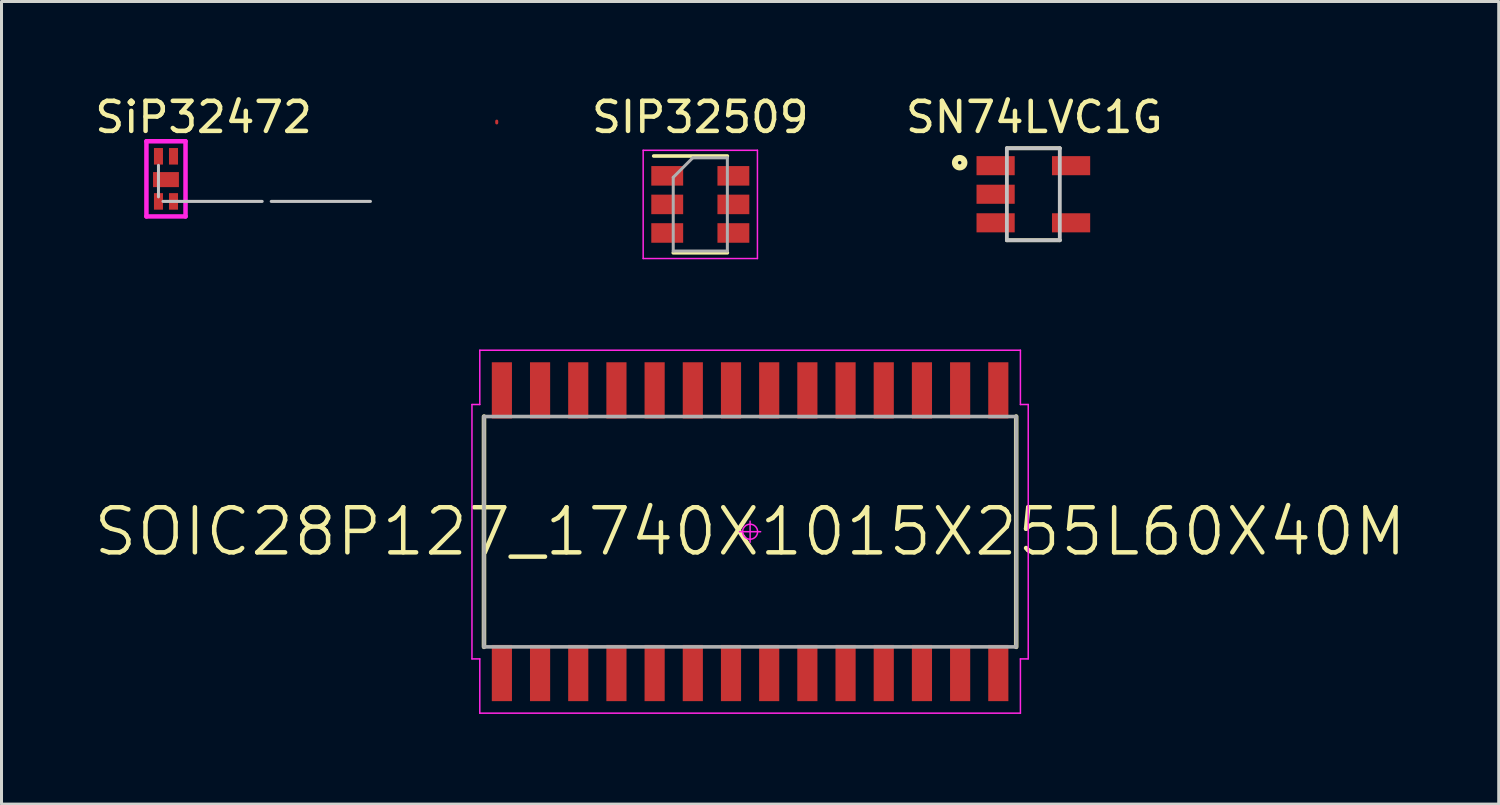
<source format=kicad_pcb>
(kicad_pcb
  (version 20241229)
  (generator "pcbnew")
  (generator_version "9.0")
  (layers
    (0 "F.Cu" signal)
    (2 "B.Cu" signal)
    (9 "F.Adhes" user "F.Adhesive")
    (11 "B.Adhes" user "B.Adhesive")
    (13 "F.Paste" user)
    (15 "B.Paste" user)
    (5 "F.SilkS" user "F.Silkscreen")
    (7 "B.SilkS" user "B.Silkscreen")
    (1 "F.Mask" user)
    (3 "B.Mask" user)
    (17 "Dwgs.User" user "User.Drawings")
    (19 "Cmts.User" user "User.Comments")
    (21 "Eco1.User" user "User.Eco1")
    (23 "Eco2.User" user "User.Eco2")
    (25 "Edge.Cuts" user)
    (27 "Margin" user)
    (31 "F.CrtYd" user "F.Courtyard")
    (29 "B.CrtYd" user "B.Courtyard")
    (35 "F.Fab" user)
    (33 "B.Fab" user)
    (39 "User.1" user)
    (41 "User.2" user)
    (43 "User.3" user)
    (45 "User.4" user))
  (footprint "SIP32509"
    (layer "F.Cu")
    (at 20.24 3.748)
    (property "Reference" "SIP32509" (at 0 -2.9 0) (layer "F.SilkS") (effects (font (size 1 1) (thickness 0.15))))
    (attr smd)
    (fp_line (start -0.9 1.61) (end 0.9 1.61) (stroke (width 0.12) (type solid)) (layer "F.SilkS"))
    (fp_line (start 0.9 -1.61) (end -1.55 -1.61) (stroke (width 0.12) (type solid)) (layer "F.SilkS"))
    (fp_line (start -1.9 -1.8) (end -1.9 1.8) (stroke (width 0.05) (type solid)) (layer "F.CrtYd"))
    (fp_line (start -1.9 1.8) (end 1.9 1.8) (stroke (width 0.05) (type solid)) (layer "F.CrtYd"))
    (fp_line (start 1.9 -1.8) (end -1.9 -1.8) (stroke (width 0.05) (type solid)) (layer "F.CrtYd"))
    (fp_line (start 1.9 1.8) (end 1.9 -1.8) (stroke (width 0.05) (type solid)) (layer "F.CrtYd"))
    (fp_line (start -0.9 -0.9) (end -0.9 1.55) (stroke (width 0.1) (type solid)) (layer "F.Fab"))
    (fp_line (start -0.9 -0.9) (end -0.25 -1.55) (stroke (width 0.1) (type solid)) (layer "F.Fab"))
    (fp_line (start 0.9 -1.55) (end -0.25 -1.55) (stroke (width 0.1) (type solid)) (layer "F.Fab"))
    (fp_line (start 0.9 -1.55) (end 0.9 1.55) (stroke (width 0.1) (type solid)) (layer "F.Fab"))
    (fp_line (start 0.9 1.55) (end -0.9 1.55) (stroke (width 0.1) (type solid)) (layer "F.Fab"))
    (pad "1" smd rect (at -1.1 -0.95) (size 1.06 0.65) (layers "F.Cu" "F.Mask" "F.Paste"))
    (pad "2" smd rect (at -1.1 0) (size 1.06 0.65) (layers "F.Cu" "F.Mask" "F.Paste"))
    (pad "3" smd rect (at -1.1 0.95) (size 1.06 0.65) (layers "F.Cu" "F.Mask" "F.Paste"))
    (pad "4" smd rect (at 1.1 0.95) (size 1.06 0.65) (layers "F.Cu" "F.Mask" "F.Paste"))
    (pad "5" smd rect (at 1.1 0) (size 1.06 0.65) (layers "F.Cu" "F.Mask" "F.Paste"))
    (pad "6" smd rect (at 1.1 -0.95) (size 1.06 0.65) (layers "F.Cu" "F.Mask" "F.Paste")))
  (footprint "SiP32472"
    (layer "F.Cu")
    (at 2.22 3.648)
    (property "Reference" "SiP32472" (at 1.5 -2.8 0) (layer "F.SilkS") (effects (font (size 1 1) (thickness 0.15))))
    (attr smd)
    (fp_line (start 11.25 -2.61) (end 11.25 -2.67) (stroke (width 0.1) (type solid)) (layer "F.Cu"))
    (fp_line (start 0 -1.2) (end 0 -0.15) (stroke (width 0.1) (type solid)) (layer "Dwgs.User"))
    (fp_line (start 0.15 0) (end 3.45 0) (stroke (width 0.1) (type solid)) (layer "Dwgs.User"))
    (fp_line (start 3.75 0) (end 7.05 0) (stroke (width 0.1) (type solid)) (layer "Dwgs.User"))
    (fp_line (start -0.4 -2) (end -0.4 0.5) (stroke (width 0.15) (type solid)) (layer "F.CrtYd"))
    (fp_line (start -0.4 0.5) (end 0.9 0.5) (stroke (width 0.15) (type solid)) (layer "F.CrtYd"))
    (fp_line (start 0.9 -2) (end -0.4 -2) (stroke (width 0.15) (type solid)) (layer "F.CrtYd"))
    (fp_line (start 0.9 0.5) (end 0.9 -2) (stroke (width 0.15) (type solid)) (layer "F.CrtYd"))
    (pad "" smd rect (at 0.25 -0.725) (size 0.86 0.5) (layers "F.Cu" "F.Mask" "F.Paste"))
    (pad "1" smd rect (at 0 0) (size 0.3 0.55) (layers "F.Cu" "F.Mask" "F.Paste"))
    (pad "2" smd rect (at 0.5 0) (size 0.3 0.55) (layers "F.Cu" "F.Mask" "F.Paste"))
    (pad "3" smd rect (at 0 -1.5) (size 0.3 0.55) (layers "F.Cu" "F.Mask" "F.Paste"))
    (pad "4" smd rect (at 0.5 -1.5) (size 0.3 0.55) (layers "F.Cu" "F.Mask" "F.Paste")))
  (footprint "SN74LVC1G"
    (layer "F.Cu")
    (at 31.316 3.41)
    (property "Reference" "SN74LVC1G" (at 0.032 -2.562 0) (layer "F.SilkS") (effects (font (size 1 1) (thickness 0.15))))
    (attr smd)
    (fp_line (start -0.88 -1.53) (end 0.88 -1.53) (stroke (width 0.127) (type solid)) (layer "F.SilkS"))
    (fp_line (start -0.88 1.53) (end 0.88 1.53) (stroke (width 0.127) (type solid)) (layer "F.SilkS"))
    (fp_circle (center -2.45 -1.05) (end -2.292 -1.05) (stroke (width 0.2) (type solid)) (fill no) (layer "F.SilkS"))
    (fp_line (start -0.88 -1.53) (end -0.88 1.53) (stroke (width 0.127) (type solid)) (layer "Dwgs.User"))
    (fp_line (start -0.88 1.53) (end 0.88 1.53) (stroke (width 0.127) (type solid)) (layer "Dwgs.User"))
    (fp_line (start 0.88 -1.53) (end -0.88 -1.53) (stroke (width 0.127) (type solid)) (layer "Dwgs.User"))
    (fp_line (start 0.88 1.53) (end 0.88 -1.53) (stroke (width 0.127) (type solid)) (layer "Dwgs.User"))
    (fp_line (start -2.11 -1.5) (end -1.13 -1.5) (stroke (width 0.05) (type solid)) (layer "Eco1.User"))
    (fp_line (start -2.11 1.5) (end -2.11 -1.5) (stroke (width 0.05) (type solid)) (layer "Eco1.User"))
    (fp_line (start -1.13 -1.78) (end 1.13 -1.78) (stroke (width 0.05) (type solid)) (layer "Eco1.User"))
    (fp_line (start -1.13 -1.5) (end -1.13 -1.78) (stroke (width 0.05) (type solid)) (layer "Eco1.User"))
    (fp_line (start -1.13 1.5) (end -2.11 1.5) (stroke (width 0.05) (type solid)) (layer "Eco1.User"))
    (fp_line (start -1.13 1.78) (end -1.13 1.5) (stroke (width 0.05) (type solid)) (layer "Eco1.User"))
    (fp_line (start 1.13 -1.78) (end 1.13 -1.5) (stroke (width 0.05) (type solid)) (layer "Eco1.User"))
    (fp_line (start 1.13 -1.5) (end 2.11 -1.5) (stroke (width 0.05) (type solid)) (layer "Eco1.User"))
    (fp_line (start 1.13 1.5) (end 1.13 1.78) (stroke (width 0.05) (type solid)) (layer "Eco1.User"))
    (fp_line (start 1.13 1.78) (end -1.13 1.78) (stroke (width 0.05) (type solid)) (layer "Eco1.User"))
    (fp_line (start 2.11 -1.5) (end 2.11 1.5) (stroke (width 0.05) (type solid)) (layer "Eco1.User"))
    (fp_line (start 2.11 1.5) (end 1.13 1.5) (stroke (width 0.05) (type solid)) (layer "Eco1.User"))
    (pad "1" smd rect (at -1.255 -0.95) (size 1.27 0.635) (layers "F.Cu" "F.Mask" "F.Paste"))
    (pad "2" smd rect (at -1.255 0) (size 1.27 0.635) (layers "F.Cu" "F.Mask" "F.Paste"))
    (pad "3" smd rect (at -1.255 0.95) (size 1.27 0.635) (layers "F.Cu" "F.Mask" "F.Paste"))
    (pad "4" smd rect (at 1.255 0.95 180) (size 1.27 0.635) (layers "F.Cu" "F.Mask" "F.Paste"))
    (pad "5" smd rect (at 1.255 -0.95 180) (size 1.27 0.635) (layers "F.Cu" "F.Mask" "F.Paste")))
  (footprint "SOIC28P127_1740X1015X255L60X40M"
    (layer "F.Cu")
    (at 21.896 14.633)
    (property "Reference" "SOIC28P127_1740X1015X255L60X40M" (at 0 0 0) (layer "F.SilkS") (effects (font (size 1.5 1.5) (thickness 0.15))))
    (attr smd)
    (fp_line (start -8.85 3.83) (end -8.85 -3.83) (stroke (width 0.15) (type solid)) (layer "F.SilkS"))
    (fp_line (start 8.85 3.83) (end 8.85 -3.83) (stroke (width 0.15) (type solid)) (layer "F.SilkS"))
    (fp_line (start -9.25 -4.23) (end -9.25 4.23) (stroke (width 0.05) (type solid)) (layer "F.CrtYd"))
    (fp_line (start -9.25 4.23) (end -8.99 4.23) (stroke (width 0.05) (type solid)) (layer "F.CrtYd"))
    (fp_line (start -8.99 -6.035) (end -8.99 -4.23) (stroke (width 0.05) (type solid)) (layer "F.CrtYd"))
    (fp_line (start -8.99 -4.23) (end -9.25 -4.23) (stroke (width 0.05) (type solid)) (layer "F.CrtYd"))
    (fp_line (start -8.99 4.23) (end -8.99 6.035) (stroke (width 0.05) (type solid)) (layer "F.CrtYd"))
    (fp_line (start -8.99 6.035) (end 8.99 6.035) (stroke (width 0.05) (type solid)) (layer "F.CrtYd"))
    (fp_line (start -0.35 0) (end 0.35 0) (stroke (width 0.05) (type solid)) (layer "F.CrtYd"))
    (fp_line (start 0 -0.35) (end 0 0.35) (stroke (width 0.05) (type solid)) (layer "F.CrtYd"))
    (fp_line (start 8.99 -6.035) (end -8.99 -6.035) (stroke (width 0.05) (type solid)) (layer "F.CrtYd"))
    (fp_line (start 8.99 -4.23) (end 8.99 -6.035) (stroke (width 0.05) (type solid)) (layer "F.CrtYd"))
    (fp_line (start 8.99 4.23) (end 9.25 4.23) (stroke (width 0.05) (type solid)) (layer "F.CrtYd"))
    (fp_line (start 8.99 6.035) (end 8.99 4.23) (stroke (width 0.05) (type solid)) (layer "F.CrtYd"))
    (fp_line (start 9.25 -4.23) (end 8.99 -4.23) (stroke (width 0.05) (type solid)) (layer "F.CrtYd"))
    (fp_line (start 9.25 4.23) (end 9.25 -4.23) (stroke (width 0.05) (type solid)) (layer "F.CrtYd"))
    (fp_circle (center 0 0) (end 0 0.25) (stroke (width 0.05) (type solid)) (fill no) (layer "F.CrtYd"))
    (fp_line (start -8.85 -3.83) (end 8.85 -3.83) (stroke (width 0.12) (type solid)) (layer "F.Fab"))
    (fp_line (start -8.85 3.83) (end -8.85 -3.83) (stroke (width 0.12) (type solid)) (layer "F.Fab"))
    (fp_line (start 8.85 -3.83) (end 8.85 3.83) (stroke (width 0.12) (type solid)) (layer "F.Fab"))
    (fp_line (start 8.85 3.83) (end -8.85 3.83) (stroke (width 0.12) (type solid)) (layer "F.Fab"))
    (pad "1" smd rect (at -8.255 4.7 90) (size 1.87 0.67) (layers "F.Cu" "F.Mask" "F.Paste"))
    (pad "2" smd rect (at -6.985 4.7 90) (size 1.87 0.67) (layers "F.Cu" "F.Mask" "F.Paste"))
    (pad "3" smd rect (at -5.715 4.7 90) (size 1.87 0.67) (layers "F.Cu" "F.Mask" "F.Paste"))
    (pad "4" smd rect (at -4.445 4.7 90) (size 1.87 0.67) (layers "F.Cu" "F.Mask" "F.Paste"))
    (pad "5" smd rect (at -3.175 4.7 90) (size 1.87 0.67) (layers "F.Cu" "F.Mask" "F.Paste"))
    (pad "6" smd rect (at -1.905 4.7 90) (size 1.87 0.67) (layers "F.Cu" "F.Mask" "F.Paste"))
    (pad "7" smd rect (at -0.635 4.7 90) (size 1.87 0.67) (layers "F.Cu" "F.Mask" "F.Paste"))
    (pad "8" smd rect (at 0.635 4.7 90) (size 1.87 0.67) (layers "F.Cu" "F.Mask" "F.Paste"))
    (pad "9" smd rect (at 1.905 4.7 90) (size 1.87 0.67) (layers "F.Cu" "F.Mask" "F.Paste"))
    (pad "10" smd rect (at 3.175 4.7 90) (size 1.87 0.67) (layers "F.Cu" "F.Mask" "F.Paste"))
    (pad "11" smd rect (at 4.445 4.7 90) (size 1.87 0.67) (layers "F.Cu" "F.Mask" "F.Paste"))
    (pad "12" smd rect (at 5.715 4.7 90) (size 1.87 0.67) (layers "F.Cu" "F.Mask" "F.Paste"))
    (pad "13" smd rect (at 6.985 4.7 90) (size 1.87 0.67) (layers "F.Cu" "F.Mask" "F.Paste"))
    (pad "14" smd rect (at 8.255 4.7 90) (size 1.87 0.67) (layers "F.Cu" "F.Mask" "F.Paste"))
    (pad "15" smd rect (at 8.255 -4.7 90) (size 1.87 0.67) (layers "F.Cu" "F.Mask" "F.Paste"))
    (pad "16" smd rect (at 6.985 -4.7 90) (size 1.87 0.67) (layers "F.Cu" "F.Mask" "F.Paste"))
    (pad "17" smd rect (at 5.715 -4.7 90) (size 1.87 0.67) (layers "F.Cu" "F.Mask" "F.Paste"))
    (pad "18" smd rect (at 4.445 -4.7 90) (size 1.87 0.67) (layers "F.Cu" "F.Mask" "F.Paste"))
    (pad "19" smd rect (at 3.175 -4.7 90) (size 1.87 0.67) (layers "F.Cu" "F.Mask" "F.Paste"))
    (pad "20" smd rect (at 1.905 -4.7 90) (size 1.87 0.67) (layers "F.Cu" "F.Mask" "F.Paste"))
    (pad "21" smd rect (at 0.635 -4.7 90) (size 1.87 0.67) (layers "F.Cu" "F.Mask" "F.Paste"))
    (pad "22" smd rect (at -0.635 -4.7 90) (size 1.87 0.67) (layers "F.Cu" "F.Mask" "F.Paste"))
    (pad "23" smd rect (at -1.905 -4.7 90) (size 1.87 0.67) (layers "F.Cu" "F.Mask" "F.Paste"))
    (pad "24" smd rect (at -3.175 -4.7 90) (size 1.87 0.67) (layers "F.Cu" "F.Mask" "F.Paste"))
    (pad "25" smd rect (at -4.445 -4.7 90) (size 1.87 0.67) (layers "F.Cu" "F.Mask" "F.Paste"))
    (pad "26" smd rect (at -5.715 -4.7 90) (size 1.87 0.67) (layers "F.Cu" "F.Mask" "F.Paste"))
    (pad "27" smd rect (at -6.985 -4.7 90) (size 1.87 0.67) (layers "F.Cu" "F.Mask" "F.Paste"))
    (pad "28" smd rect (at -8.255 -4.7 90) (size 1.87 0.67) (layers "F.Cu" "F.Mask" "F.Paste")))
  (gr_rect
    (start -3 -3)
    (end 46.793 23.693)
    (stroke (width 0.1) (type default))
    (fill no)
    (layer "Edge.Cuts")))
</source>
